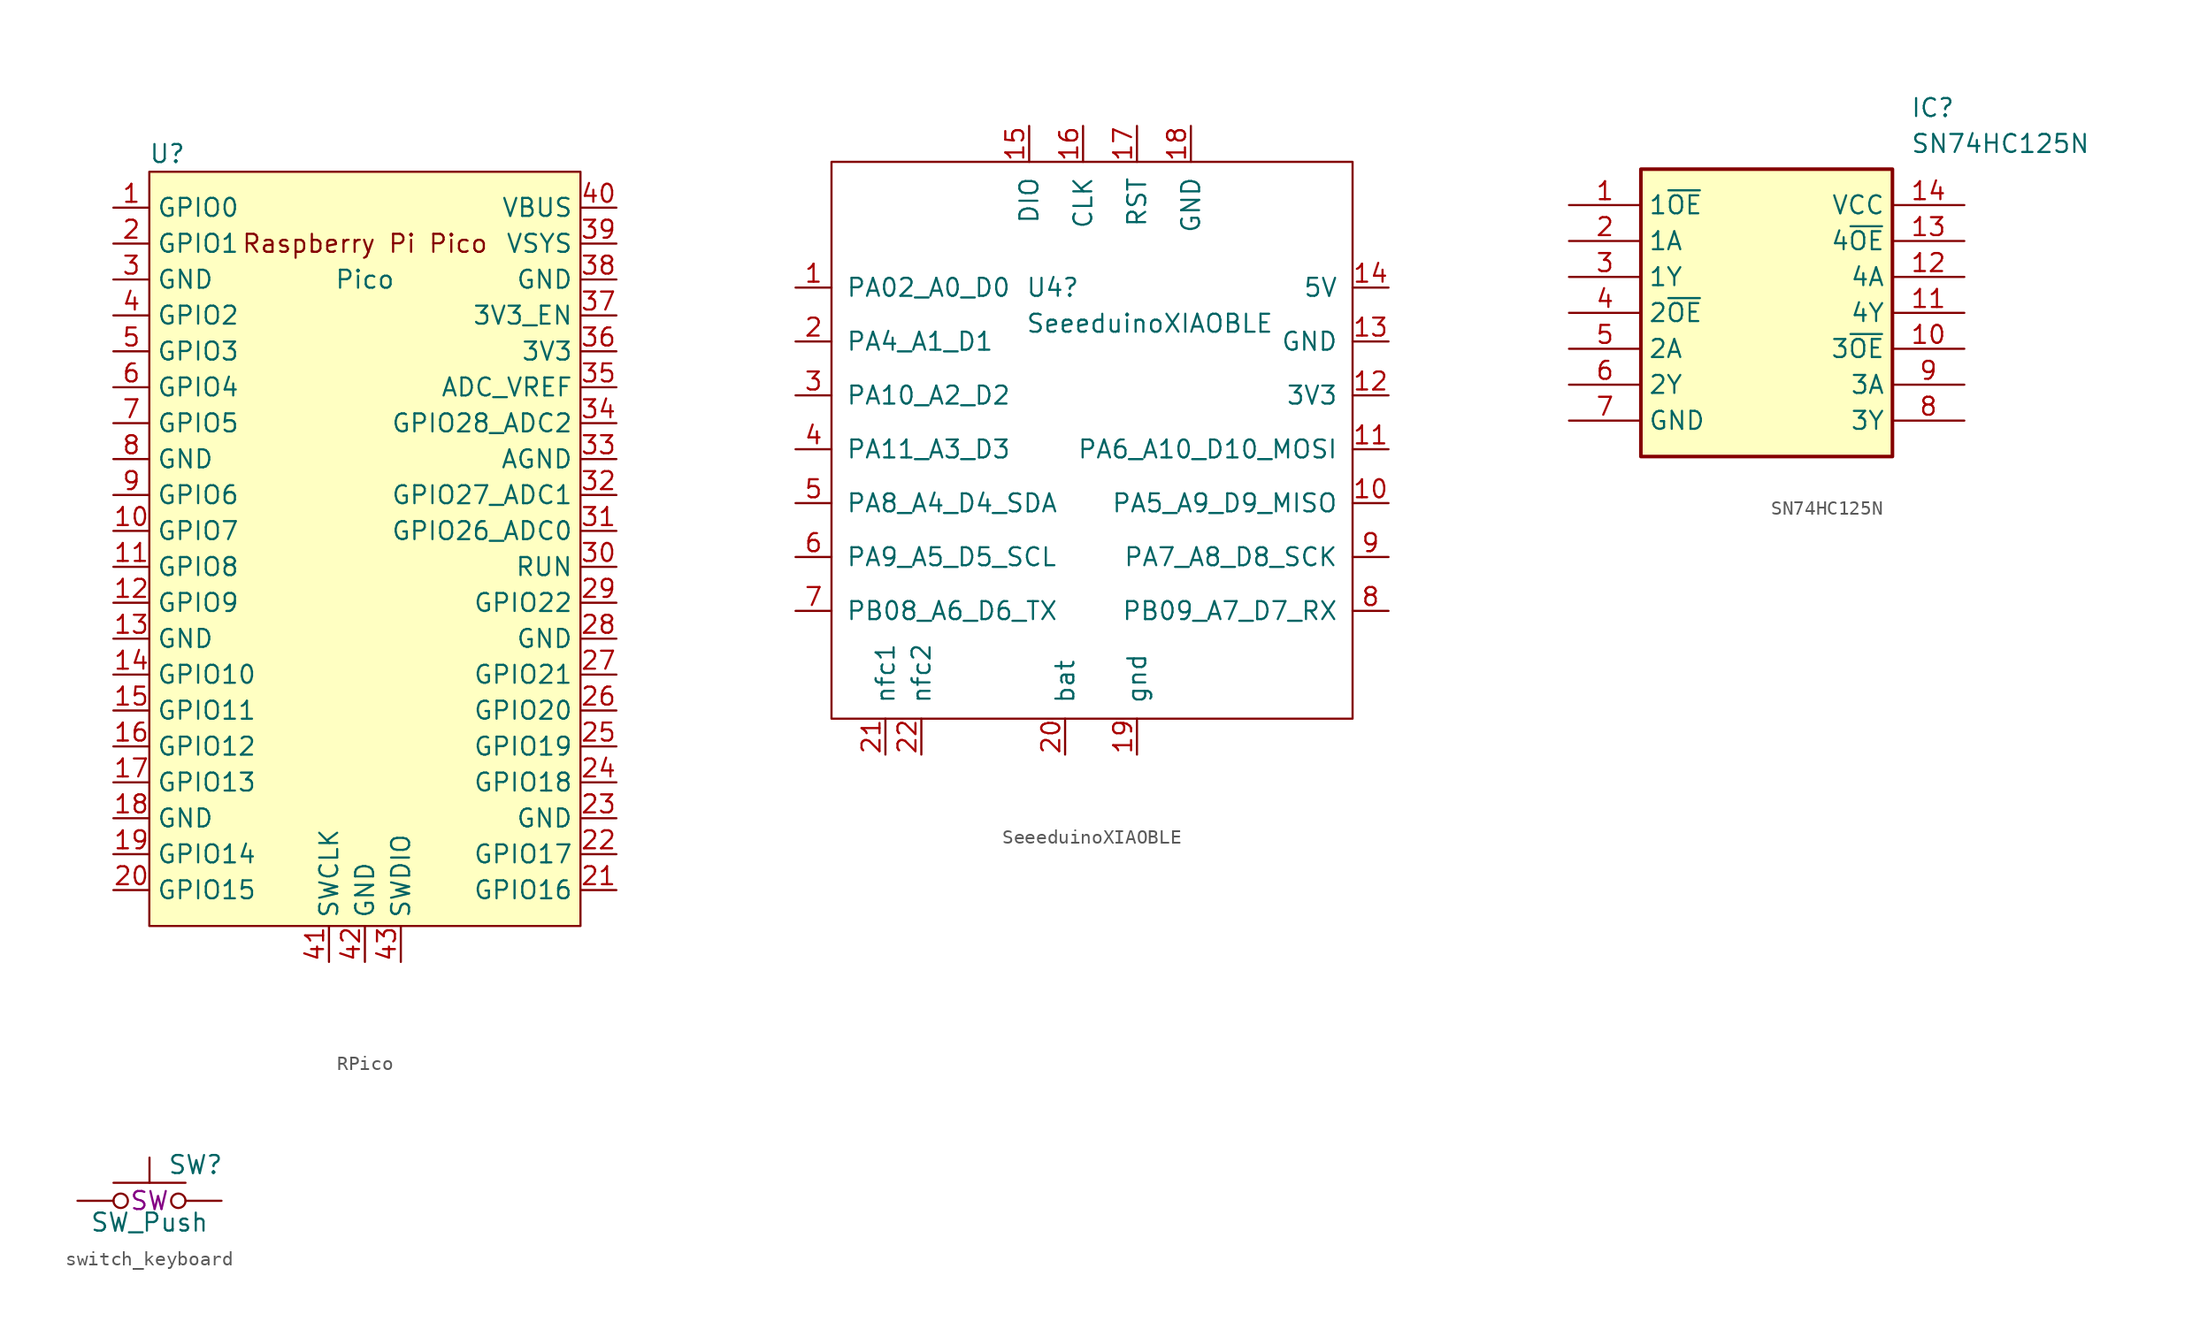
<source format=kicad_sym>
(kicad_symbol_lib
  (version 20220914)
  (generator kicad_symbol_editor)
  (symbol "RPico"
    (property "Reference" "U"
      (at -13.97 27.94 0)
      (effects (font (size 1.27 1.27))))
    (property "Value" "Pico"
      (at 0 19.05 0)
      (effects (font (size 1.27 1.27))))
    (symbol "RPico_0_0"
      (text "Raspberry Pi Pico" (at 0 21.59 0) (effects (font (size 1.27 1.27)))))
    (symbol "RPico_0_1"
      (rectangle (start -15.24 26.67) (end 15.24 -26.67) (stroke (width 0) (type default)) (fill (type background))))
    (symbol "RPico_1_1"
      (pin bidirectional line (at -17.78 24.13 0) (length 2.54) (name "GPIO0" (effects (font (size 1.27 1.27)))) (number "1" (effects (font (size 1.27 1.27)))))
      (pin bidirectional line (at -17.78 1.27 0) (length 2.54) (name "GPIO7" (effects (font (size 1.27 1.27)))) (number "10" (effects (font (size 1.27 1.27)))))
      (pin bidirectional line (at -17.78 -1.27 0) (length 2.54) (name "GPIO8" (effects (font (size 1.27 1.27)))) (number "11" (effects (font (size 1.27 1.27)))))
      (pin bidirectional line (at -17.78 -3.81 0) (length 2.54) (name "GPIO9" (effects (font (size 1.27 1.27)))) (number "12" (effects (font (size 1.27 1.27)))))
      (pin power_in line (at -17.78 -6.35 0) (length 2.54) (name "GND" (effects (font (size 1.27 1.27)))) (number "13" (effects (font (size 1.27 1.27)))))
      (pin bidirectional line (at -17.78 -8.89 0) (length 2.54) (name "GPIO10" (effects (font (size 1.27 1.27)))) (number "14" (effects (font (size 1.27 1.27)))))
      (pin bidirectional line (at -17.78 -11.43 0) (length 2.54) (name "GPIO11" (effects (font (size 1.27 1.27)))) (number "15" (effects (font (size 1.27 1.27)))))
      (pin bidirectional line (at -17.78 -13.97 0) (length 2.54) (name "GPIO12" (effects (font (size 1.27 1.27)))) (number "16" (effects (font (size 1.27 1.27)))))
      (pin bidirectional line (at -17.78 -16.51 0) (length 2.54) (name "GPIO13" (effects (font (size 1.27 1.27)))) (number "17" (effects (font (size 1.27 1.27)))))
      (pin power_in line (at -17.78 -19.05 0) (length 2.54) (name "GND" (effects (font (size 1.27 1.27)))) (number "18" (effects (font (size 1.27 1.27)))))
      (pin bidirectional line (at -17.78 -21.59 0) (length 2.54) (name "GPIO14" (effects (font (size 1.27 1.27)))) (number "19" (effects (font (size 1.27 1.27)))))
      (pin bidirectional line (at -17.78 21.59 0) (length 2.54) (name "GPIO1" (effects (font (size 1.27 1.27)))) (number "2" (effects (font (size 1.27 1.27)))))
      (pin bidirectional line (at -17.78 -24.13 0) (length 2.54) (name "GPIO15" (effects (font (size 1.27 1.27)))) (number "20" (effects (font (size 1.27 1.27)))))
      (pin bidirectional line (at 17.78 -24.13 180) (length 2.54) (name "GPIO16" (effects (font (size 1.27 1.27)))) (number "21" (effects (font (size 1.27 1.27)))))
      (pin bidirectional line (at 17.78 -21.59 180) (length 2.54) (name "GPIO17" (effects (font (size 1.27 1.27)))) (number "22" (effects (font (size 1.27 1.27)))))
      (pin power_in line (at 17.78 -19.05 180) (length 2.54) (name "GND" (effects (font (size 1.27 1.27)))) (number "23" (effects (font (size 1.27 1.27)))))
      (pin bidirectional line (at 17.78 -16.51 180) (length 2.54) (name "GPIO18" (effects (font (size 1.27 1.27)))) (number "24" (effects (font (size 1.27 1.27)))))
      (pin bidirectional line (at 17.78 -13.97 180) (length 2.54) (name "GPIO19" (effects (font (size 1.27 1.27)))) (number "25" (effects (font (size 1.27 1.27)))))
      (pin bidirectional line (at 17.78 -11.43 180) (length 2.54) (name "GPIO20" (effects (font (size 1.27 1.27)))) (number "26" (effects (font (size 1.27 1.27)))))
      (pin bidirectional line (at 17.78 -8.89 180) (length 2.54) (name "GPIO21" (effects (font (size 1.27 1.27)))) (number "27" (effects (font (size 1.27 1.27)))))
      (pin power_in line (at 17.78 -6.35 180) (length 2.54) (name "GND" (effects (font (size 1.27 1.27)))) (number "28" (effects (font (size 1.27 1.27)))))
      (pin bidirectional line (at 17.78 -3.81 180) (length 2.54) (name "GPIO22" (effects (font (size 1.27 1.27)))) (number "29" (effects (font (size 1.27 1.27)))))
      (pin power_in line (at -17.78 19.05 0) (length 2.54) (name "GND" (effects (font (size 1.27 1.27)))) (number "3" (effects (font (size 1.27 1.27)))))
      (pin input line (at 17.78 -1.27 180) (length 2.54) (name "RUN" (effects (font (size 1.27 1.27)))) (number "30" (effects (font (size 1.27 1.27)))))
      (pin bidirectional line (at 17.78 1.27 180) (length 2.54) (name "GPIO26_ADC0" (effects (font (size 1.27 1.27)))) (number "31" (effects (font (size 1.27 1.27)))))
      (pin bidirectional line (at 17.78 3.81 180) (length 2.54) (name "GPIO27_ADC1" (effects (font (size 1.27 1.27)))) (number "32" (effects (font (size 1.27 1.27)))))
      (pin power_in line (at 17.78 6.35 180) (length 2.54) (name "AGND" (effects (font (size 1.27 1.27)))) (number "33" (effects (font (size 1.27 1.27)))))
      (pin bidirectional line (at 17.78 8.89 180) (length 2.54) (name "GPIO28_ADC2" (effects (font (size 1.27 1.27)))) (number "34" (effects (font (size 1.27 1.27)))))
      (pin power_in line (at 17.78 11.43 180) (length 2.54) (name "ADC_VREF" (effects (font (size 1.27 1.27)))) (number "35" (effects (font (size 1.27 1.27)))))
      (pin power_in line (at 17.78 13.97 180) (length 2.54) (name "3V3" (effects (font (size 1.27 1.27)))) (number "36" (effects (font (size 1.27 1.27)))))
      (pin input line (at 17.78 16.51 180) (length 2.54) (name "3V3_EN" (effects (font (size 1.27 1.27)))) (number "37" (effects (font (size 1.27 1.27)))))
      (pin bidirectional line (at 17.78 19.05 180) (length 2.54) (name "GND" (effects (font (size 1.27 1.27)))) (number "38" (effects (font (size 1.27 1.27)))))
      (pin power_in line (at 17.78 21.59 180) (length 2.54) (name "VSYS" (effects (font (size 1.27 1.27)))) (number "39" (effects (font (size 1.27 1.27)))))
      (pin bidirectional line (at -17.78 16.51 0) (length 2.54) (name "GPIO2" (effects (font (size 1.27 1.27)))) (number "4" (effects (font (size 1.27 1.27)))))
      (pin power_in line (at 17.78 24.13 180) (length 2.54) (name "VBUS" (effects (font (size 1.27 1.27)))) (number "40" (effects (font (size 1.27 1.27)))))
      (pin input line (at -2.54 -29.21 90) (length 2.54) (name "SWCLK" (effects (font (size 1.27 1.27)))) (number "41" (effects (font (size 1.27 1.27)))))
      (pin power_in line (at 0 -29.21 90) (length 2.54) (name "GND" (effects (font (size 1.27 1.27)))) (number "42" (effects (font (size 1.27 1.27)))))
      (pin bidirectional line (at 2.54 -29.21 90) (length 2.54) (name "SWDIO" (effects (font (size 1.27 1.27)))) (number "43" (effects (font (size 1.27 1.27)))))
      (pin bidirectional line (at -17.78 13.97 0) (length 2.54) (name "GPIO3" (effects (font (size 1.27 1.27)))) (number "5" (effects (font (size 1.27 1.27)))))
      (pin bidirectional line (at -17.78 11.43 0) (length 2.54) (name "GPIO4" (effects (font (size 1.27 1.27)))) (number "6" (effects (font (size 1.27 1.27)))))
      (pin bidirectional line (at -17.78 8.89 0) (length 2.54) (name "GPIO5" (effects (font (size 1.27 1.27)))) (number "7" (effects (font (size 1.27 1.27)))))
      (pin power_in line (at -17.78 6.35 0) (length 2.54) (name "GND" (effects (font (size 1.27 1.27)))) (number "8" (effects (font (size 1.27 1.27)))))
      (pin bidirectional line (at -17.78 3.81 0) (length 2.54) (name "GPIO6" (effects (font (size 1.27 1.27)))) (number "9" (effects (font (size 1.27 1.27)))))))
  (symbol "SeeeduinoXIAOBLE"
    (pin_names
      (offset 1.016))
    (property "Reference" "U4"
      (at -5.334 11.43 0)
      (effects (font (size 1.27 1.27)) (justify left)))
    (property "Value" "SeeeduinoXIAOBLE"
      (at -5.334 8.89 0)
      (effects (font (size 1.27 1.27)) (justify left)))
    (symbol "SeeeduinoXIAOBLE_0_1"
      (rectangle (start -19.05 20.32) (end 17.78 -19.05) (stroke (width 0) (type default)) (fill (type none))))
    (symbol "SeeeduinoXIAOBLE_1_1"
      (pin bidirectional line (at -21.59 11.43 0) (length 2.54) (name "PA02_A0_D0" (effects (font (size 1.27 1.27)))) (number "1" (effects (font (size 1.27 1.27)))))
      (pin bidirectional line (at 20.32 -3.81 180) (length 2.54) (name "PA5_A9_D9_MISO" (effects (font (size 1.27 1.27)))) (number "10" (effects (font (size 1.27 1.27)))))
      (pin bidirectional line (at 20.32 0 180) (length 2.54) (name "PA6_A10_D10_MOSI" (effects (font (size 1.27 1.27)))) (number "11" (effects (font (size 1.27 1.27)))))
      (pin power_in line (at 20.32 3.81 180) (length 2.54) (name "3V3" (effects (font (size 1.27 1.27)))) (number "12" (effects (font (size 1.27 1.27)))))
      (pin power_in line (at 20.32 7.62 180) (length 2.54) (name "GND" (effects (font (size 1.27 1.27)))) (number "13" (effects (font (size 1.27 1.27)))))
      (pin power_in line (at 20.32 11.43 180) (length 2.54) (name "5V" (effects (font (size 1.27 1.27)))) (number "14" (effects (font (size 1.27 1.27)))))
      (pin bidirectional line (at -5.08 22.86 270) (length 2.54) (name "DIO" (effects (font (size 1.27 1.27)))) (number "15" (effects (font (size 1.27 1.27)))))
      (pin bidirectional line (at -1.27 22.86 270) (length 2.54) (name "CLK" (effects (font (size 1.27 1.27)))) (number "16" (effects (font (size 1.27 1.27)))))
      (pin bidirectional line (at 2.54 22.86 270) (length 2.54) (name "RST" (effects (font (size 1.27 1.27)))) (number "17" (effects (font (size 1.27 1.27)))))
      (pin power_in line (at 6.35 22.86 270) (length 2.54) (name "GND" (effects (font (size 1.27 1.27)))) (number "18" (effects (font (size 1.27 1.27)))))
      (pin power_in line (at 2.54 -21.59 90) (length 2.54) (name "gnd" (effects (font (size 1.27 1.27)))) (number "19" (effects (font (size 1.27 1.27)))))
      (pin bidirectional line (at -21.59 7.62 0) (length 2.54) (name "PA4_A1_D1" (effects (font (size 1.27 1.27)))) (number "2" (effects (font (size 1.27 1.27)))))
      (pin power_in line (at -2.54 -21.59 90) (length 2.54) (name "bat" (effects (font (size 1.27 1.27)))) (number "20" (effects (font (size 1.27 1.27)))))
      (pin bidirectional line (at -15.24 -21.59 90) (length 2.54) (name "nfc1" (effects (font (size 1.27 1.27)))) (number "21" (effects (font (size 1.27 1.27)))))
      (pin bidirectional line (at -12.7 -21.59 90) (length 2.54) (name "nfc2" (effects (font (size 1.27 1.27)))) (number "22" (effects (font (size 1.27 1.27)))))
      (pin bidirectional line (at -21.59 3.81 0) (length 2.54) (name "PA10_A2_D2" (effects (font (size 1.27 1.27)))) (number "3" (effects (font (size 1.27 1.27)))))
      (pin bidirectional line (at -21.59 0 0) (length 2.54) (name "PA11_A3_D3" (effects (font (size 1.27 1.27)))) (number "4" (effects (font (size 1.27 1.27)))))
      (pin bidirectional line (at -21.59 -3.81 0) (length 2.54) (name "PA8_A4_D4_SDA" (effects (font (size 1.27 1.27)))) (number "5" (effects (font (size 1.27 1.27)))))
      (pin bidirectional line (at -21.59 -7.62 0) (length 2.54) (name "PA9_A5_D5_SCL" (effects (font (size 1.27 1.27)))) (number "6" (effects (font (size 1.27 1.27)))))
      (pin bidirectional line (at -21.59 -11.43 0) (length 2.54) (name "PB08_A6_D6_TX" (effects (font (size 1.27 1.27)))) (number "7" (effects (font (size 1.27 1.27)))))
      (pin bidirectional line (at 20.32 -11.43 180) (length 2.54) (name "PB09_A7_D7_RX" (effects (font (size 1.27 1.27)))) (number "8" (effects (font (size 1.27 1.27)))))
      (pin bidirectional line (at 20.32 -7.62 180) (length 2.54) (name "PA7_A8_D8_SCK" (effects (font (size 1.27 1.27)))) (number "9" (effects (font (size 1.27 1.27)))))))
  (symbol "SN74HC125N"
    (property "Reference" "IC"
      (at 24.13 7.62 0)
      (effects (font (size 1.27 1.27)) (justify left top)))
    (property "Value" "SN74HC125N"
      (at 24.13 5.08 0)
      (effects (font (size 1.27 1.27)) (justify left top)))
    (symbol "SN74HC125N_1_1"
      (rectangle (start 5.08 2.54) (end 22.86 -17.78) (stroke (width 0.254) (type default)) (fill (type background)))
      (pin passive line (at 0 0 0) (length 5.08) (name "1~{OE}" (effects (font (size 1.27 1.27)))) (number "1" (effects (font (size 1.27 1.27)))))
      (pin passive line (at 27.94 -10.16 180) (length 5.08) (name "3~{OE}" (effects (font (size 1.27 1.27)))) (number "10" (effects (font (size 1.27 1.27)))))
      (pin passive line (at 27.94 -7.62 180) (length 5.08) (name "4Y" (effects (font (size 1.27 1.27)))) (number "11" (effects (font (size 1.27 1.27)))))
      (pin passive line (at 27.94 -5.08 180) (length 5.08) (name "4A" (effects (font (size 1.27 1.27)))) (number "12" (effects (font (size 1.27 1.27)))))
      (pin passive line (at 27.94 -2.54 180) (length 5.08) (name "4~{OE}" (effects (font (size 1.27 1.27)))) (number "13" (effects (font (size 1.27 1.27)))))
      (pin passive line (at 27.94 0 180) (length 5.08) (name "VCC" (effects (font (size 1.27 1.27)))) (number "14" (effects (font (size 1.27 1.27)))))
      (pin passive line (at 0 -2.54 0) (length 5.08) (name "1A" (effects (font (size 1.27 1.27)))) (number "2" (effects (font (size 1.27 1.27)))))
      (pin passive line (at 0 -5.08 0) (length 5.08) (name "1Y" (effects (font (size 1.27 1.27)))) (number "3" (effects (font (size 1.27 1.27)))))
      (pin passive line (at 0 -7.62 0) (length 5.08) (name "2~{OE}" (effects (font (size 1.27 1.27)))) (number "4" (effects (font (size 1.27 1.27)))))
      (pin passive line (at 0 -10.16 0) (length 5.08) (name "2A" (effects (font (size 1.27 1.27)))) (number "5" (effects (font (size 1.27 1.27)))))
      (pin passive line (at 0 -12.7 0) (length 5.08) (name "2Y" (effects (font (size 1.27 1.27)))) (number "6" (effects (font (size 1.27 1.27)))))
      (pin passive line (at 0 -15.24 0) (length 5.08) (name "GND" (effects (font (size 1.27 1.27)))) (number "7" (effects (font (size 1.27 1.27)))))
      (pin passive line (at 27.94 -15.24 180) (length 5.08) (name "3Y" (effects (font (size 1.27 1.27)))) (number "8" (effects (font (size 1.27 1.27)))))
      (pin passive line (at 27.94 -12.7 180) (length 5.08) (name "3A" (effects (font (size 1.27 1.27)))) (number "9" (effects (font (size 1.27 1.27)))))))
  (symbol "switch_keyboard"
    (pin_numbers hide)
    (pin_names
      (offset 1.016) hide)
    (property "Reference" "SW"
      (at 1.27 2.54 0)
      (effects (font (size 1.27 1.27)) (justify left)))
    (property "Value" "SW_Push"
      (at 0 -1.524 0)
      (effects (font (size 1.27 1.27))))
    (property "Sim.Device" "SW"
      (at 0 0 0)
      (effects (font (size 1.27 1.27))))
    (symbol "switch_keyboard_0_1"
      (circle (center -2.032 0) (radius 0.508) (stroke (width 0) (type default)) (fill (type none)))
      (polyline (pts (xy 0 1.27) (xy 0 3.048)) (stroke (width 0) (type default)) (fill (type none)))
      (polyline (pts (xy 2.54 1.27) (xy -2.54 1.27)) (stroke (width 0) (type default)) (fill (type none)))
      (circle (center 2.032 0) (radius 0.508) (stroke (width 0) (type default)) (fill (type none)))
      (pin passive line (at -5.08 0 0) (length 2.54) (name "1" (effects (font (size 1.27 1.27)))) (number "1" (effects (font (size 1.27 1.27)))))
      (pin passive line (at 5.08 0 180) (length 2.54) (name "2" (effects (font (size 1.27 1.27)))) (number "2" (effects (font (size 1.27 1.27))))))))
</source>
